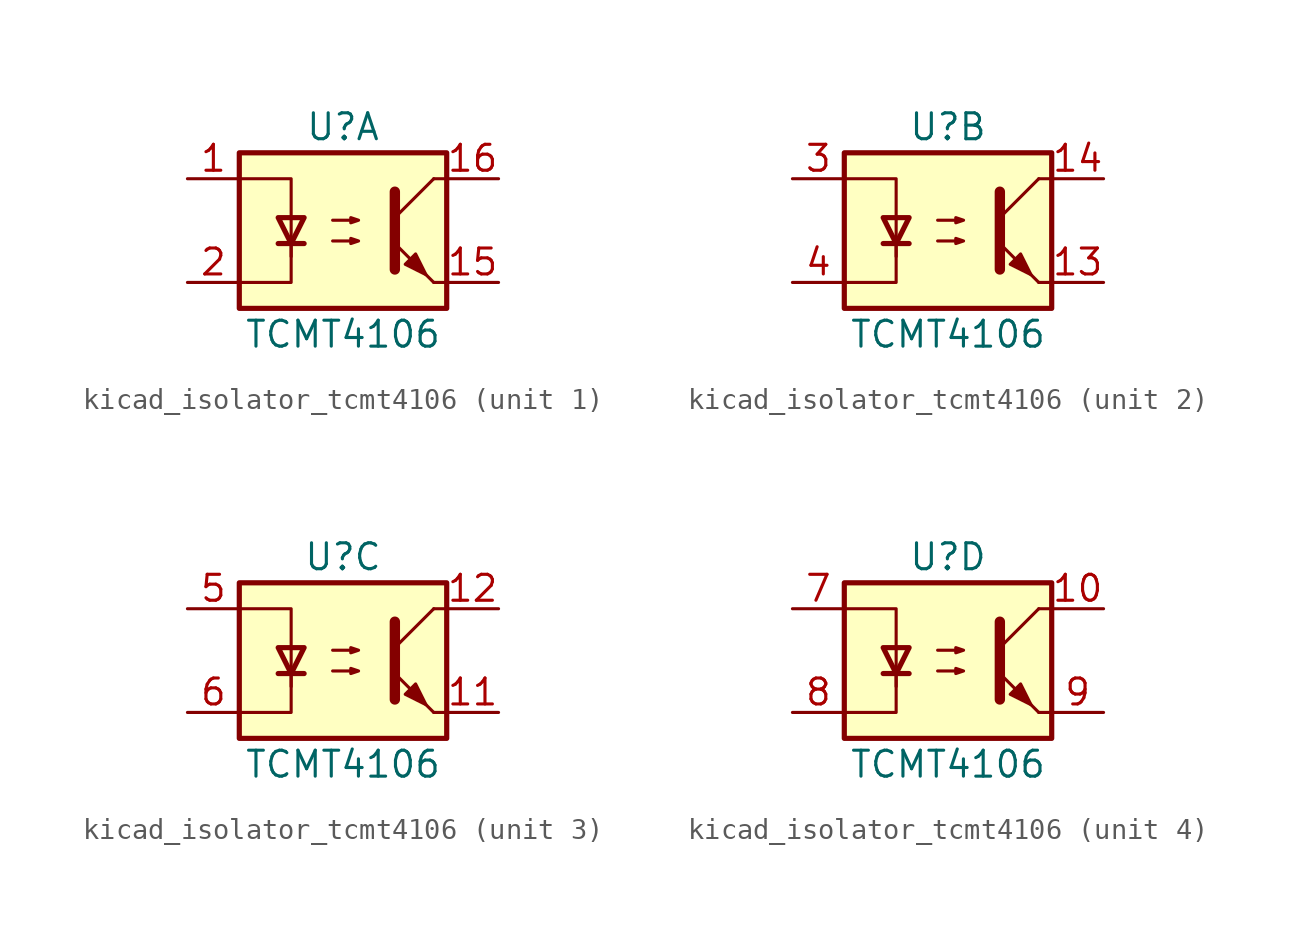
<source format=kicad_sym>
(kicad_symbol_lib
  (version 20220914)
  (generator kicad_symbol_editor)
  (symbol "kicad_isolator_tcmt4106"
    (pin_names
      (offset 1.016))
    (property "Reference" "U"
      (at 0 5.08 0)
      (effects (font (size 1.27 1.27))))
    (property "Value" "TCMT4106"
      (at 0 -5.08 0)
      (effects (font (size 1.27 1.27))))
    (symbol "kicad_isolator_tcmt4106_1_1"
      (rectangle (start -5.08 3.81) (end 5.08 -3.81) (stroke (width 0.254) (type default)) (fill (type background)))
      (polyline (pts (xy -3.175 -0.635) (xy -1.905 -0.635)) (stroke (width 0.254) (type default)) (fill (type none)))
      (polyline (pts (xy 2.54 0.635) (xy 4.445 2.54)) (stroke (width 0) (type default)) (fill (type none)))
      (polyline (pts (xy 4.445 -2.54) (xy 2.54 -0.635)) (stroke (width 0) (type default)) (fill (type outline)))
      (polyline (pts (xy 4.445 -2.54) (xy 5.08 -2.54)) (stroke (width 0) (type default)) (fill (type none)))
      (polyline (pts (xy 4.445 2.54) (xy 5.08 2.54)) (stroke (width 0) (type default)) (fill (type none)))
      (polyline (pts (xy -2.54 -0.635) (xy -2.54 -2.54) (xy -5.08 -2.54)) (stroke (width 0) (type default)) (fill (type none)))
      (polyline (pts (xy 2.54 1.905) (xy 2.54 -1.905) (xy 2.54 -1.905)) (stroke (width 0.508) (type default)) (fill (type none)))
      (polyline (pts (xy -5.08 2.54) (xy -2.54 2.54) (xy -2.54 -1.27) (xy -2.54 0.635)) (stroke (width 0) (type default)) (fill (type none)))
      (polyline (pts (xy -2.54 -0.635) (xy -3.175 0.635) (xy -1.905 0.635) (xy -2.54 -0.635)) (stroke (width 0.254) (type default)) (fill (type none)))
      (polyline (pts (xy -0.508 -0.508) (xy 0.762 -0.508) (xy 0.381 -0.635) (xy 0.381 -0.381) (xy 0.762 -0.508)) (stroke (width 0) (type default)) (fill (type none)))
      (polyline (pts (xy -0.508 0.508) (xy 0.762 0.508) (xy 0.381 0.381) (xy 0.381 0.635) (xy 0.762 0.508)) (stroke (width 0) (type default)) (fill (type none)))
      (polyline (pts (xy 3.048 -1.651) (xy 3.556 -1.143) (xy 4.064 -2.159) (xy 3.048 -1.651) (xy 3.048 -1.651)) (stroke (width 0) (type default)) (fill (type outline)))
      (pin passive line (at -7.62 2.54 0) (length 2.54) (name "~" (effects (font (size 1.27 1.27)))) (number "1" (effects (font (size 1.27 1.27)))))
      (pin passive line (at 7.62 -2.54 180) (length 2.54) (name "~" (effects (font (size 1.27 1.27)))) (number "15" (effects (font (size 1.27 1.27)))))
      (pin passive line (at 7.62 2.54 180) (length 2.54) (name "~" (effects (font (size 1.27 1.27)))) (number "16" (effects (font (size 1.27 1.27)))))
      (pin passive line (at -7.62 -2.54 0) (length 2.54) (name "~" (effects (font (size 1.27 1.27)))) (number "2" (effects (font (size 1.27 1.27))))))
    (symbol "kicad_isolator_tcmt4106_2_1"
      (rectangle (start -5.08 3.81) (end 5.08 -3.81) (stroke (width 0.254) (type default)) (fill (type background)))
      (polyline (pts (xy -3.175 -0.635) (xy -1.905 -0.635)) (stroke (width 0.254) (type default)) (fill (type none)))
      (polyline (pts (xy 2.54 0.635) (xy 4.445 2.54)) (stroke (width 0) (type default)) (fill (type none)))
      (polyline (pts (xy 4.445 -2.54) (xy 2.54 -0.635)) (stroke (width 0) (type default)) (fill (type outline)))
      (polyline (pts (xy 4.445 -2.54) (xy 5.08 -2.54)) (stroke (width 0) (type default)) (fill (type none)))
      (polyline (pts (xy 4.445 2.54) (xy 5.08 2.54)) (stroke (width 0) (type default)) (fill (type none)))
      (polyline (pts (xy -2.54 -0.635) (xy -2.54 -2.54) (xy -5.08 -2.54)) (stroke (width 0) (type default)) (fill (type none)))
      (polyline (pts (xy 2.54 1.905) (xy 2.54 -1.905) (xy 2.54 -1.905)) (stroke (width 0.508) (type default)) (fill (type none)))
      (polyline (pts (xy -5.08 2.54) (xy -2.54 2.54) (xy -2.54 -1.27) (xy -2.54 0.635)) (stroke (width 0) (type default)) (fill (type none)))
      (polyline (pts (xy -2.54 -0.635) (xy -3.175 0.635) (xy -1.905 0.635) (xy -2.54 -0.635)) (stroke (width 0.254) (type default)) (fill (type none)))
      (polyline (pts (xy -0.508 -0.508) (xy 0.762 -0.508) (xy 0.381 -0.635) (xy 0.381 -0.381) (xy 0.762 -0.508)) (stroke (width 0) (type default)) (fill (type none)))
      (polyline (pts (xy -0.508 0.508) (xy 0.762 0.508) (xy 0.381 0.381) (xy 0.381 0.635) (xy 0.762 0.508)) (stroke (width 0) (type default)) (fill (type none)))
      (polyline (pts (xy 3.048 -1.651) (xy 3.556 -1.143) (xy 4.064 -2.159) (xy 3.048 -1.651) (xy 3.048 -1.651)) (stroke (width 0) (type default)) (fill (type outline)))
      (pin passive line (at 7.62 -2.54 180) (length 2.54) (name "~" (effects (font (size 1.27 1.27)))) (number "13" (effects (font (size 1.27 1.27)))))
      (pin passive line (at 7.62 2.54 180) (length 2.54) (name "~" (effects (font (size 1.27 1.27)))) (number "14" (effects (font (size 1.27 1.27)))))
      (pin passive line (at -7.62 2.54 0) (length 2.54) (name "~" (effects (font (size 1.27 1.27)))) (number "3" (effects (font (size 1.27 1.27)))))
      (pin passive line (at -7.62 -2.54 0) (length 2.54) (name "~" (effects (font (size 1.27 1.27)))) (number "4" (effects (font (size 1.27 1.27))))))
    (symbol "kicad_isolator_tcmt4106_3_1"
      (rectangle (start -5.08 3.81) (end 5.08 -3.81) (stroke (width 0.254) (type default)) (fill (type background)))
      (polyline (pts (xy -3.175 -0.635) (xy -1.905 -0.635)) (stroke (width 0.254) (type default)) (fill (type none)))
      (polyline (pts (xy 2.54 0.635) (xy 4.445 2.54)) (stroke (width 0) (type default)) (fill (type none)))
      (polyline (pts (xy 4.445 -2.54) (xy 2.54 -0.635)) (stroke (width 0) (type default)) (fill (type outline)))
      (polyline (pts (xy 4.445 -2.54) (xy 5.08 -2.54)) (stroke (width 0) (type default)) (fill (type none)))
      (polyline (pts (xy 4.445 2.54) (xy 5.08 2.54)) (stroke (width 0) (type default)) (fill (type none)))
      (polyline (pts (xy -2.54 -0.635) (xy -2.54 -2.54) (xy -5.08 -2.54)) (stroke (width 0) (type default)) (fill (type none)))
      (polyline (pts (xy 2.54 1.905) (xy 2.54 -1.905) (xy 2.54 -1.905)) (stroke (width 0.508) (type default)) (fill (type none)))
      (polyline (pts (xy -5.08 2.54) (xy -2.54 2.54) (xy -2.54 -1.27) (xy -2.54 0.635)) (stroke (width 0) (type default)) (fill (type none)))
      (polyline (pts (xy -2.54 -0.635) (xy -3.175 0.635) (xy -1.905 0.635) (xy -2.54 -0.635)) (stroke (width 0.254) (type default)) (fill (type none)))
      (polyline (pts (xy -0.508 -0.508) (xy 0.762 -0.508) (xy 0.381 -0.635) (xy 0.381 -0.381) (xy 0.762 -0.508)) (stroke (width 0) (type default)) (fill (type none)))
      (polyline (pts (xy -0.508 0.508) (xy 0.762 0.508) (xy 0.381 0.381) (xy 0.381 0.635) (xy 0.762 0.508)) (stroke (width 0) (type default)) (fill (type none)))
      (polyline (pts (xy 3.048 -1.651) (xy 3.556 -1.143) (xy 4.064 -2.159) (xy 3.048 -1.651) (xy 3.048 -1.651)) (stroke (width 0) (type default)) (fill (type outline)))
      (pin passive line (at 7.62 -2.54 180) (length 2.54) (name "~" (effects (font (size 1.27 1.27)))) (number "11" (effects (font (size 1.27 1.27)))))
      (pin passive line (at 7.62 2.54 180) (length 2.54) (name "~" (effects (font (size 1.27 1.27)))) (number "12" (effects (font (size 1.27 1.27)))))
      (pin passive line (at -7.62 2.54 0) (length 2.54) (name "~" (effects (font (size 1.27 1.27)))) (number "5" (effects (font (size 1.27 1.27)))))
      (pin passive line (at -7.62 -2.54 0) (length 2.54) (name "~" (effects (font (size 1.27 1.27)))) (number "6" (effects (font (size 1.27 1.27))))))
    (symbol "kicad_isolator_tcmt4106_4_1"
      (rectangle (start -5.08 3.81) (end 5.08 -3.81) (stroke (width 0.254) (type default)) (fill (type background)))
      (polyline (pts (xy -3.175 -0.635) (xy -1.905 -0.635)) (stroke (width 0.254) (type default)) (fill (type none)))
      (polyline (pts (xy 2.54 0.635) (xy 4.445 2.54)) (stroke (width 0) (type default)) (fill (type none)))
      (polyline (pts (xy 4.445 -2.54) (xy 2.54 -0.635)) (stroke (width 0) (type default)) (fill (type outline)))
      (polyline (pts (xy 4.445 -2.54) (xy 5.08 -2.54)) (stroke (width 0) (type default)) (fill (type none)))
      (polyline (pts (xy 4.445 2.54) (xy 5.08 2.54)) (stroke (width 0) (type default)) (fill (type none)))
      (polyline (pts (xy -2.54 -0.635) (xy -2.54 -2.54) (xy -5.08 -2.54)) (stroke (width 0) (type default)) (fill (type none)))
      (polyline (pts (xy 2.54 1.905) (xy 2.54 -1.905) (xy 2.54 -1.905)) (stroke (width 0.508) (type default)) (fill (type none)))
      (polyline (pts (xy -5.08 2.54) (xy -2.54 2.54) (xy -2.54 -1.27) (xy -2.54 0.635)) (stroke (width 0) (type default)) (fill (type none)))
      (polyline (pts (xy -2.54 -0.635) (xy -3.175 0.635) (xy -1.905 0.635) (xy -2.54 -0.635)) (stroke (width 0.254) (type default)) (fill (type none)))
      (polyline (pts (xy -0.508 -0.508) (xy 0.762 -0.508) (xy 0.381 -0.635) (xy 0.381 -0.381) (xy 0.762 -0.508)) (stroke (width 0) (type default)) (fill (type none)))
      (polyline (pts (xy -0.508 0.508) (xy 0.762 0.508) (xy 0.381 0.381) (xy 0.381 0.635) (xy 0.762 0.508)) (stroke (width 0) (type default)) (fill (type none)))
      (polyline (pts (xy 3.048 -1.651) (xy 3.556 -1.143) (xy 4.064 -2.159) (xy 3.048 -1.651) (xy 3.048 -1.651)) (stroke (width 0) (type default)) (fill (type outline)))
      (pin passive line (at 7.62 2.54 180) (length 2.54) (name "~" (effects (font (size 1.27 1.27)))) (number "10" (effects (font (size 1.27 1.27)))))
      (pin passive line (at -7.62 2.54 0) (length 2.54) (name "~" (effects (font (size 1.27 1.27)))) (number "7" (effects (font (size 1.27 1.27)))))
      (pin passive line (at -7.62 -2.54 0) (length 2.54) (name "~" (effects (font (size 1.27 1.27)))) (number "8" (effects (font (size 1.27 1.27)))))
      (pin passive line (at 7.62 -2.54 180) (length 2.54) (name "~" (effects (font (size 1.27 1.27)))) (number "9" (effects (font (size 1.27 1.27))))))))
</source>
